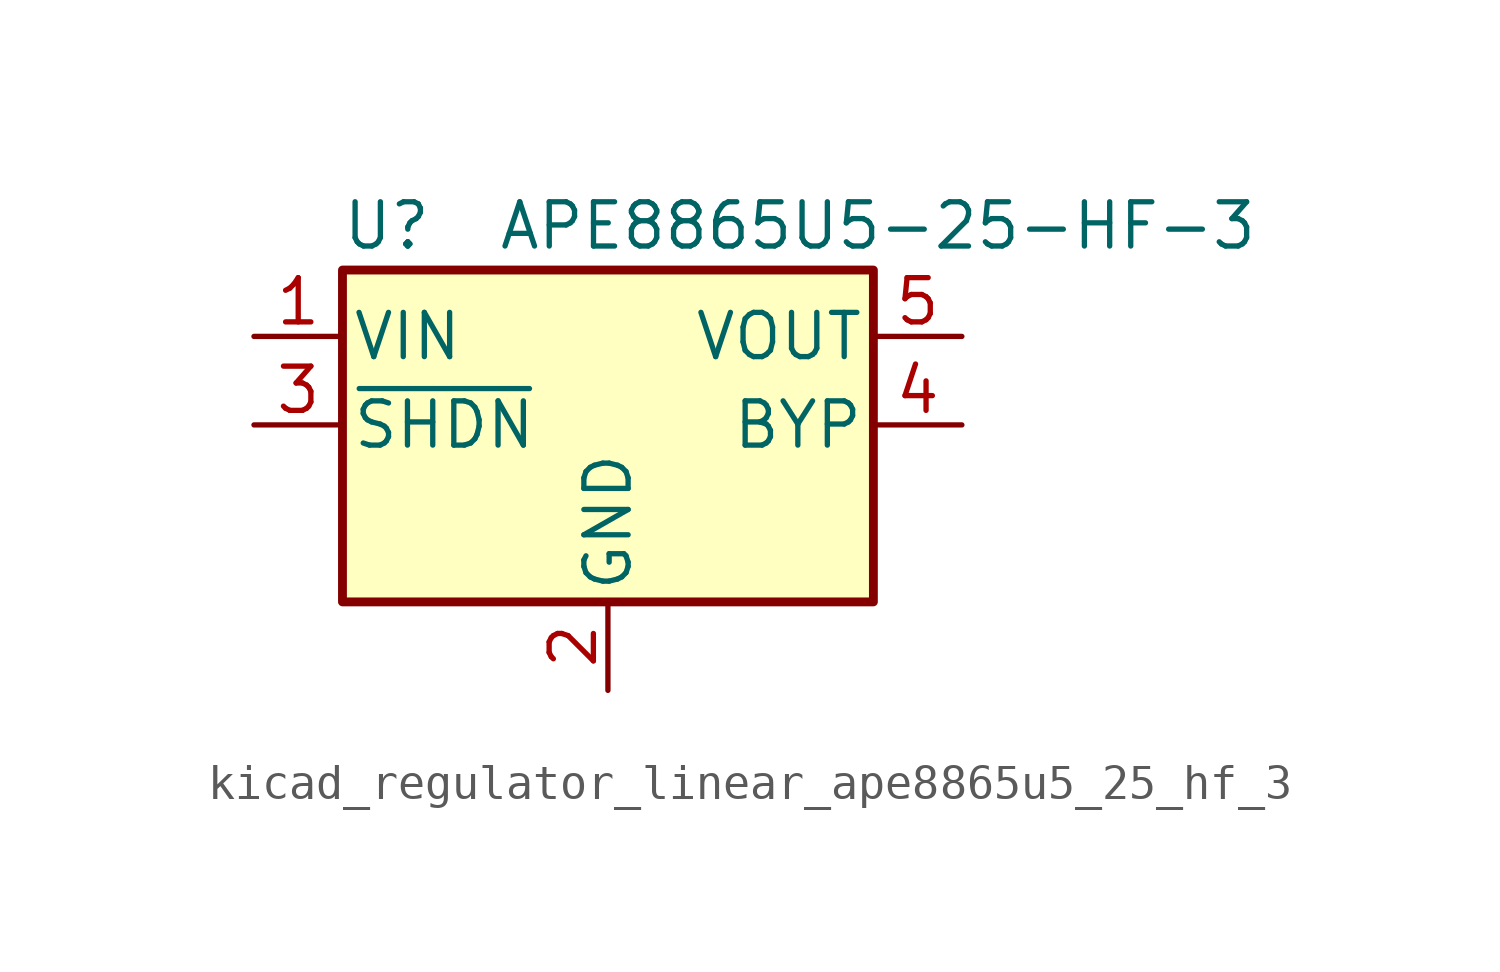
<source format=kicad_sym>
(kicad_symbol_lib
  (version 20220914)
  (generator kicad_symbol_editor)
  (symbol "kicad_regulator_linear_ape8865u5_25_hf_3"
    (pin_names
      (offset 0.254))
    (property "Reference" "U"
      (at -6.35 5.715 0)
      (effects (font (size 1.27 1.27))))
    (property "Value" "APE8865U5-25-HF-3"
      (at -3.175 5.715 0)
      (effects (font (size 1.27 1.27)) (justify left)))
    (symbol "kicad_regulator_linear_ape8865u5_25_hf_3_0_1"
      (rectangle (start -7.62 4.445) (end 7.62 -5.08) (stroke (width 0.254) (type default)) (fill (type background))))
    (symbol "kicad_regulator_linear_ape8865u5_25_hf_3_1_1"
      (pin power_in line (at -10.16 2.54 0) (length 2.54) (name "VIN" (effects (font (size 1.27 1.27)))) (number "1" (effects (font (size 1.27 1.27)))))
      (pin power_in line (at 0 -7.62 90) (length 2.54) (name "GND" (effects (font (size 1.27 1.27)))) (number "2" (effects (font (size 1.27 1.27)))))
      (pin input line (at -10.16 0 0) (length 2.54) (name "~{SHDN}" (effects (font (size 1.27 1.27)))) (number "3" (effects (font (size 1.27 1.27)))))
      (pin input line (at 10.16 0 180) (length 2.54) (name "BYP" (effects (font (size 1.27 1.27)))) (number "4" (effects (font (size 1.27 1.27)))))
      (pin power_out line (at 10.16 2.54 180) (length 2.54) (name "VOUT" (effects (font (size 1.27 1.27)))) (number "5" (effects (font (size 1.27 1.27))))))))
</source>
